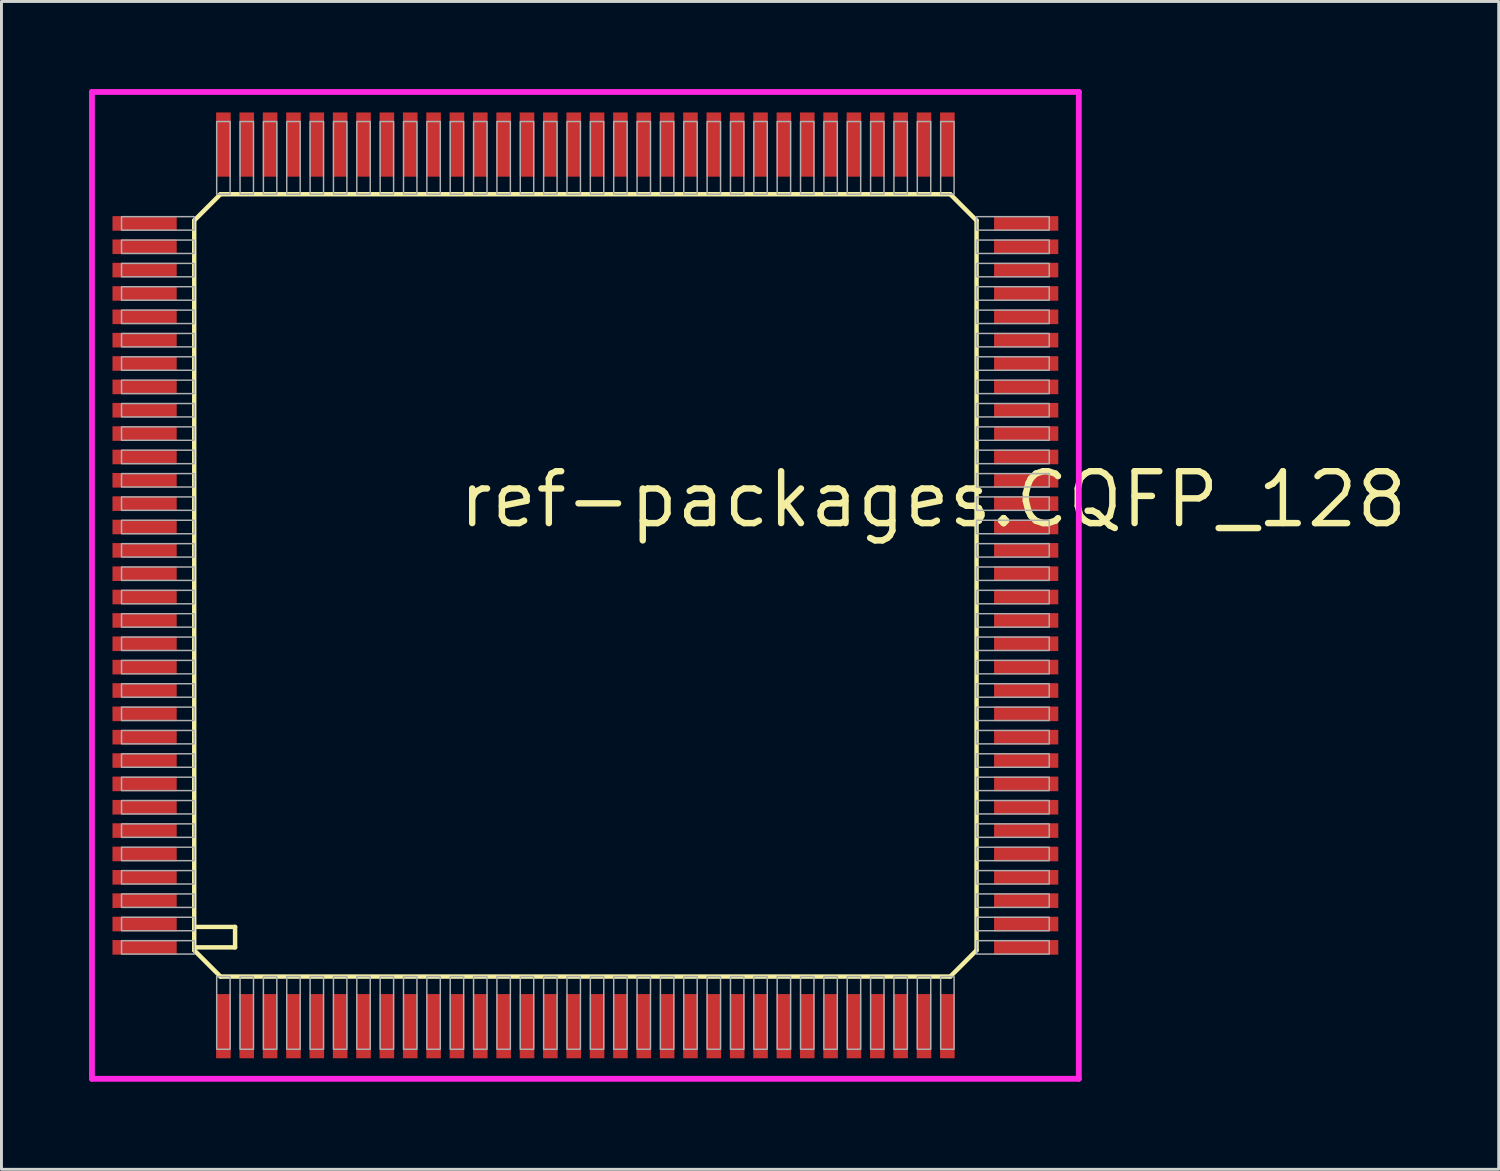
<source format=kicad_pcb>
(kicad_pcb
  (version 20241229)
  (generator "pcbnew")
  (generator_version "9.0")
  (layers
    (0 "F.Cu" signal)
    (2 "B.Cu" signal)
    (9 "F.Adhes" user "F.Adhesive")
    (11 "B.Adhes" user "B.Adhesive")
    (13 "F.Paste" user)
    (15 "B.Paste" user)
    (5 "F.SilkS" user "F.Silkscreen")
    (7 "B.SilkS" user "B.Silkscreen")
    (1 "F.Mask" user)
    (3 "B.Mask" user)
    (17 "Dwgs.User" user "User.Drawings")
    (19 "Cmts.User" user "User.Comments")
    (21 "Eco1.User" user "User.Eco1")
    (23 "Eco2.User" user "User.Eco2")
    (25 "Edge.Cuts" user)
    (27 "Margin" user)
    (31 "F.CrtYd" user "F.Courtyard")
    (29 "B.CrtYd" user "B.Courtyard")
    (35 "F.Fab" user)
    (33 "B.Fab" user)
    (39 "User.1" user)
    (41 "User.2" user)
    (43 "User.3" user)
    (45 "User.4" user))
  (footprint "ref-packages.CQFP_128"
    (layer "F.Cu")
    (at 17.003 17.003)
    (property "Reference" "ref-packages.CQFP_128" (at -4.445 -1.905 0) (layer "F.SilkS") (effects (font (size 1.778 1.778) (thickness 0.22)) (justify left bottom)))
    (attr smd)
    (fp_line (start -13.4 -12.5) (end -13.4 12.4) (stroke (width 0.152) (type default)) (layer "F.SilkS"))
    (fp_line (start -13.4 -12.5) (end -12.5 -13.4) (stroke (width 0.152) (type default)) (layer "F.SilkS"))
    (fp_line (start -13.4 12.4) (end -13.4 12.5) (stroke (width 0.152) (type default)) (layer "F.SilkS"))
    (fp_line (start -13.4 12.4) (end -12 12.4) (stroke (width 0.152) (type default)) (layer "F.SilkS"))
    (fp_line (start -13.4 12.5) (end -12.5 13.4) (stroke (width 0.152) (type default)) (layer "F.SilkS"))
    (fp_line (start -12.5 13.4) (end 12.5 13.4) (stroke (width 0.152) (type default)) (layer "F.SilkS"))
    (fp_line (start -12 11.7) (end -13.3 11.7) (stroke (width 0.152) (type default)) (layer "F.SilkS"))
    (fp_line (start -12 12.4) (end -12 11.7) (stroke (width 0.152) (type default)) (layer "F.SilkS"))
    (fp_line (start 12.5 -13.4) (end -12.5 -13.4) (stroke (width 0.152) (type default)) (layer "F.SilkS"))
    (fp_line (start 12.5 -13.4) (end 13.4 -12.5) (stroke (width 0.152) (type default)) (layer "F.SilkS"))
    (fp_line (start 12.5 13.4) (end 13.4 12.5) (stroke (width 0.152) (type default)) (layer "F.SilkS"))
    (fp_line (start 13.4 12.5) (end 13.4 -12.5) (stroke (width 0.152) (type default)) (layer "F.SilkS"))
    (fp_line (start -16.903 -16.903) (end 16.903 -16.903) (stroke (width 0.2) (type default)) (layer "F.CrtYd"))
    (fp_line (start -16.903 16.903) (end -16.903 -16.903) (stroke (width 0.2) (type default)) (layer "F.CrtYd"))
    (fp_line (start 16.903 -16.903) (end 16.903 16.903) (stroke (width 0.2) (type default)) (layer "F.CrtYd"))
    (fp_line (start 16.903 16.903) (end -16.903 16.903) (stroke (width 0.2) (type default)) (layer "F.CrtYd"))
    (fp_rect (start -15.89 -12.17) (end -13.4 -12.63) (stroke (width 0.05) (type default)) (fill no) (layer "F.Fab"))
    (fp_rect (start -15.89 -11.37) (end -13.4 -11.83) (stroke (width 0.05) (type default)) (fill no) (layer "F.Fab"))
    (fp_rect (start -15.89 -10.57) (end -13.4 -11.03) (stroke (width 0.05) (type default)) (fill no) (layer "F.Fab"))
    (fp_rect (start -15.89 -9.77) (end -13.4 -10.23) (stroke (width 0.05) (type default)) (fill no) (layer "F.Fab"))
    (fp_rect (start -15.89 -8.97) (end -13.4 -9.43) (stroke (width 0.05) (type default)) (fill no) (layer "F.Fab"))
    (fp_rect (start -15.89 -8.17) (end -13.4 -8.63) (stroke (width 0.05) (type default)) (fill no) (layer "F.Fab"))
    (fp_rect (start -15.89 -7.37) (end -13.4 -7.83) (stroke (width 0.05) (type default)) (fill no) (layer "F.Fab"))
    (fp_rect (start -15.89 -6.57) (end -13.4 -7.03) (stroke (width 0.05) (type default)) (fill no) (layer "F.Fab"))
    (fp_rect (start -15.89 -5.77) (end -13.4 -6.23) (stroke (width 0.05) (type default)) (fill no) (layer "F.Fab"))
    (fp_rect (start -15.89 -4.97) (end -13.4 -5.43) (stroke (width 0.05) (type default)) (fill no) (layer "F.Fab"))
    (fp_rect (start -15.89 -4.17) (end -13.4 -4.63) (stroke (width 0.05) (type default)) (fill no) (layer "F.Fab"))
    (fp_rect (start -15.89 -3.37) (end -13.4 -3.83) (stroke (width 0.05) (type default)) (fill no) (layer "F.Fab"))
    (fp_rect (start -15.89 -2.57) (end -13.4 -3.03) (stroke (width 0.05) (type default)) (fill no) (layer "F.Fab"))
    (fp_rect (start -15.89 -1.77) (end -13.4 -2.23) (stroke (width 0.05) (type default)) (fill no) (layer "F.Fab"))
    (fp_rect (start -15.89 -0.97) (end -13.4 -1.43) (stroke (width 0.05) (type default)) (fill no) (layer "F.Fab"))
    (fp_rect (start -15.89 -0.17) (end -13.4 -0.63) (stroke (width 0.05) (type default)) (fill no) (layer "F.Fab"))
    (fp_rect (start -15.89 0.63) (end -13.4 0.17) (stroke (width 0.05) (type default)) (fill no) (layer "F.Fab"))
    (fp_rect (start -15.89 1.43) (end -13.4 0.97) (stroke (width 0.05) (type default)) (fill no) (layer "F.Fab"))
    (fp_rect (start -15.89 2.23) (end -13.4 1.77) (stroke (width 0.05) (type default)) (fill no) (layer "F.Fab"))
    (fp_rect (start -15.89 3.03) (end -13.4 2.57) (stroke (width 0.05) (type default)) (fill no) (layer "F.Fab"))
    (fp_rect (start -15.89 3.83) (end -13.4 3.37) (stroke (width 0.05) (type default)) (fill no) (layer "F.Fab"))
    (fp_rect (start -15.89 4.63) (end -13.4 4.17) (stroke (width 0.05) (type default)) (fill no) (layer "F.Fab"))
    (fp_rect (start -15.89 5.43) (end -13.4 4.97) (stroke (width 0.05) (type default)) (fill no) (layer "F.Fab"))
    (fp_rect (start -15.89 6.23) (end -13.4 5.77) (stroke (width 0.05) (type default)) (fill no) (layer "F.Fab"))
    (fp_rect (start -15.89 7.03) (end -13.4 6.57) (stroke (width 0.05) (type default)) (fill no) (layer "F.Fab"))
    (fp_rect (start -15.89 7.83) (end -13.4 7.37) (stroke (width 0.05) (type default)) (fill no) (layer "F.Fab"))
    (fp_rect (start -15.89 8.63) (end -13.4 8.17) (stroke (width 0.05) (type default)) (fill no) (layer "F.Fab"))
    (fp_rect (start -15.89 9.43) (end -13.4 8.97) (stroke (width 0.05) (type default)) (fill no) (layer "F.Fab"))
    (fp_rect (start -15.89 10.23) (end -13.4 9.77) (stroke (width 0.05) (type default)) (fill no) (layer "F.Fab"))
    (fp_rect (start -15.89 11.03) (end -13.4 10.57) (stroke (width 0.05) (type default)) (fill no) (layer "F.Fab"))
    (fp_rect (start -15.89 11.83) (end -13.4 11.37) (stroke (width 0.05) (type default)) (fill no) (layer "F.Fab"))
    (fp_rect (start -15.89 12.63) (end -13.4 12.17) (stroke (width 0.05) (type default)) (fill no) (layer "F.Fab"))
    (fp_rect (start -12.63 -13.4) (end -12.17 -15.89) (stroke (width 0.05) (type default)) (fill no) (layer "F.Fab"))
    (fp_rect (start -12.63 15.89) (end -12.17 13.4) (stroke (width 0.05) (type default)) (fill no) (layer "F.Fab"))
    (fp_rect (start -11.83 -13.4) (end -11.37 -15.89) (stroke (width 0.05) (type default)) (fill no) (layer "F.Fab"))
    (fp_rect (start -11.83 15.89) (end -11.37 13.4) (stroke (width 0.05) (type default)) (fill no) (layer "F.Fab"))
    (fp_rect (start -11.03 -13.4) (end -10.57 -15.89) (stroke (width 0.05) (type default)) (fill no) (layer "F.Fab"))
    (fp_rect (start -11.03 15.89) (end -10.57 13.4) (stroke (width 0.05) (type default)) (fill no) (layer "F.Fab"))
    (fp_rect (start -10.23 -13.4) (end -9.77 -15.89) (stroke (width 0.05) (type default)) (fill no) (layer "F.Fab"))
    (fp_rect (start -10.23 15.89) (end -9.77 13.4) (stroke (width 0.05) (type default)) (fill no) (layer "F.Fab"))
    (fp_rect (start -9.43 -13.4) (end -8.97 -15.89) (stroke (width 0.05) (type default)) (fill no) (layer "F.Fab"))
    (fp_rect (start -9.43 15.89) (end -8.97 13.4) (stroke (width 0.05) (type default)) (fill no) (layer "F.Fab"))
    (fp_rect (start -8.63 -13.4) (end -8.17 -15.89) (stroke (width 0.05) (type default)) (fill no) (layer "F.Fab"))
    (fp_rect (start -8.63 15.89) (end -8.17 13.4) (stroke (width 0.05) (type default)) (fill no) (layer "F.Fab"))
    (fp_rect (start -7.83 -13.4) (end -7.37 -15.89) (stroke (width 0.05) (type default)) (fill no) (layer "F.Fab"))
    (fp_rect (start -7.83 15.89) (end -7.37 13.4) (stroke (width 0.05) (type default)) (fill no) (layer "F.Fab"))
    (fp_rect (start -7.03 -13.4) (end -6.57 -15.89) (stroke (width 0.05) (type default)) (fill no) (layer "F.Fab"))
    (fp_rect (start -7.03 15.89) (end -6.57 13.4) (stroke (width 0.05) (type default)) (fill no) (layer "F.Fab"))
    (fp_rect (start -6.23 -13.4) (end -5.77 -15.89) (stroke (width 0.05) (type default)) (fill no) (layer "F.Fab"))
    (fp_rect (start -6.23 15.89) (end -5.77 13.4) (stroke (width 0.05) (type default)) (fill no) (layer "F.Fab"))
    (fp_rect (start -5.43 -13.4) (end -4.97 -15.89) (stroke (width 0.05) (type default)) (fill no) (layer "F.Fab"))
    (fp_rect (start -5.43 15.89) (end -4.97 13.4) (stroke (width 0.05) (type default)) (fill no) (layer "F.Fab"))
    (fp_rect (start -4.63 -13.4) (end -4.17 -15.89) (stroke (width 0.05) (type default)) (fill no) (layer "F.Fab"))
    (fp_rect (start -4.63 15.89) (end -4.17 13.4) (stroke (width 0.05) (type default)) (fill no) (layer "F.Fab"))
    (fp_rect (start -3.83 -13.4) (end -3.37 -15.89) (stroke (width 0.05) (type default)) (fill no) (layer "F.Fab"))
    (fp_rect (start -3.83 15.89) (end -3.37 13.4) (stroke (width 0.05) (type default)) (fill no) (layer "F.Fab"))
    (fp_rect (start -3.03 -13.4) (end -2.57 -15.89) (stroke (width 0.05) (type default)) (fill no) (layer "F.Fab"))
    (fp_rect (start -3.03 15.89) (end -2.57 13.4) (stroke (width 0.05) (type default)) (fill no) (layer "F.Fab"))
    (fp_rect (start -2.23 -13.4) (end -1.77 -15.89) (stroke (width 0.05) (type default)) (fill no) (layer "F.Fab"))
    (fp_rect (start -2.23 15.89) (end -1.77 13.4) (stroke (width 0.05) (type default)) (fill no) (layer "F.Fab"))
    (fp_rect (start -1.43 -13.4) (end -0.97 -15.89) (stroke (width 0.05) (type default)) (fill no) (layer "F.Fab"))
    (fp_rect (start -1.43 15.89) (end -0.97 13.4) (stroke (width 0.05) (type default)) (fill no) (layer "F.Fab"))
    (fp_rect (start -0.63 -13.4) (end -0.17 -15.89) (stroke (width 0.05) (type default)) (fill no) (layer "F.Fab"))
    (fp_rect (start -0.63 15.89) (end -0.17 13.4) (stroke (width 0.05) (type default)) (fill no) (layer "F.Fab"))
    (fp_rect (start 0.17 -13.4) (end 0.63 -15.89) (stroke (width 0.05) (type default)) (fill no) (layer "F.Fab"))
    (fp_rect (start 0.17 15.89) (end 0.63 13.4) (stroke (width 0.05) (type default)) (fill no) (layer "F.Fab"))
    (fp_rect (start 0.97 -13.4) (end 1.43 -15.89) (stroke (width 0.05) (type default)) (fill no) (layer "F.Fab"))
    (fp_rect (start 0.97 15.89) (end 1.43 13.4) (stroke (width 0.05) (type default)) (fill no) (layer "F.Fab"))
    (fp_rect (start 1.77 -13.4) (end 2.23 -15.89) (stroke (width 0.05) (type default)) (fill no) (layer "F.Fab"))
    (fp_rect (start 1.77 15.89) (end 2.23 13.4) (stroke (width 0.05) (type default)) (fill no) (layer "F.Fab"))
    (fp_rect (start 2.57 -13.4) (end 3.03 -15.89) (stroke (width 0.05) (type default)) (fill no) (layer "F.Fab"))
    (fp_rect (start 2.57 15.89) (end 3.03 13.4) (stroke (width 0.05) (type default)) (fill no) (layer "F.Fab"))
    (fp_rect (start 3.37 -13.4) (end 3.83 -15.89) (stroke (width 0.05) (type default)) (fill no) (layer "F.Fab"))
    (fp_rect (start 3.37 15.89) (end 3.83 13.4) (stroke (width 0.05) (type default)) (fill no) (layer "F.Fab"))
    (fp_rect (start 4.17 -13.4) (end 4.63 -15.89) (stroke (width 0.05) (type default)) (fill no) (layer "F.Fab"))
    (fp_rect (start 4.17 15.89) (end 4.63 13.4) (stroke (width 0.05) (type default)) (fill no) (layer "F.Fab"))
    (fp_rect (start 4.97 -13.4) (end 5.43 -15.89) (stroke (width 0.05) (type default)) (fill no) (layer "F.Fab"))
    (fp_rect (start 4.97 15.89) (end 5.43 13.4) (stroke (width 0.05) (type default)) (fill no) (layer "F.Fab"))
    (fp_rect (start 5.77 -13.4) (end 6.23 -15.89) (stroke (width 0.05) (type default)) (fill no) (layer "F.Fab"))
    (fp_rect (start 5.77 15.89) (end 6.23 13.4) (stroke (width 0.05) (type default)) (fill no) (layer "F.Fab"))
    (fp_rect (start 6.57 -13.4) (end 7.03 -15.89) (stroke (width 0.05) (type default)) (fill no) (layer "F.Fab"))
    (fp_rect (start 6.57 15.89) (end 7.03 13.4) (stroke (width 0.05) (type default)) (fill no) (layer "F.Fab"))
    (fp_rect (start 7.37 -13.4) (end 7.83 -15.89) (stroke (width 0.05) (type default)) (fill no) (layer "F.Fab"))
    (fp_rect (start 7.37 15.89) (end 7.83 13.4) (stroke (width 0.05) (type default)) (fill no) (layer "F.Fab"))
    (fp_rect (start 8.17 -13.4) (end 8.63 -15.89) (stroke (width 0.05) (type default)) (fill no) (layer "F.Fab"))
    (fp_rect (start 8.17 15.89) (end 8.63 13.4) (stroke (width 0.05) (type default)) (fill no) (layer "F.Fab"))
    (fp_rect (start 8.97 -13.4) (end 9.43 -15.89) (stroke (width 0.05) (type default)) (fill no) (layer "F.Fab"))
    (fp_rect (start 8.97 15.89) (end 9.43 13.4) (stroke (width 0.05) (type default)) (fill no) (layer "F.Fab"))
    (fp_rect (start 9.77 -13.4) (end 10.23 -15.89) (stroke (width 0.05) (type default)) (fill no) (layer "F.Fab"))
    (fp_rect (start 9.77 15.89) (end 10.23 13.4) (stroke (width 0.05) (type default)) (fill no) (layer "F.Fab"))
    (fp_rect (start 10.57 -13.4) (end 11.03 -15.89) (stroke (width 0.05) (type default)) (fill no) (layer "F.Fab"))
    (fp_rect (start 10.57 15.89) (end 11.03 13.4) (stroke (width 0.05) (type default)) (fill no) (layer "F.Fab"))
    (fp_rect (start 11.37 -13.4) (end 11.83 -15.89) (stroke (width 0.05) (type default)) (fill no) (layer "F.Fab"))
    (fp_rect (start 11.37 15.89) (end 11.83 13.4) (stroke (width 0.05) (type default)) (fill no) (layer "F.Fab"))
    (fp_rect (start 12.17 -13.4) (end 12.63 -15.89) (stroke (width 0.05) (type default)) (fill no) (layer "F.Fab"))
    (fp_rect (start 12.17 15.89) (end 12.63 13.4) (stroke (width 0.05) (type default)) (fill no) (layer "F.Fab"))
    (fp_rect (start 13.4 -12.17) (end 15.89 -12.63) (stroke (width 0.05) (type default)) (fill no) (layer "F.Fab"))
    (fp_rect (start 13.4 -11.37) (end 15.89 -11.83) (stroke (width 0.05) (type default)) (fill no) (layer "F.Fab"))
    (fp_rect (start 13.4 -10.57) (end 15.89 -11.03) (stroke (width 0.05) (type default)) (fill no) (layer "F.Fab"))
    (fp_rect (start 13.4 -9.77) (end 15.89 -10.23) (stroke (width 0.05) (type default)) (fill no) (layer "F.Fab"))
    (fp_rect (start 13.4 -8.97) (end 15.89 -9.43) (stroke (width 0.05) (type default)) (fill no) (layer "F.Fab"))
    (fp_rect (start 13.4 -8.17) (end 15.89 -8.63) (stroke (width 0.05) (type default)) (fill no) (layer "F.Fab"))
    (fp_rect (start 13.4 -7.37) (end 15.89 -7.83) (stroke (width 0.05) (type default)) (fill no) (layer "F.Fab"))
    (fp_rect (start 13.4 -6.57) (end 15.89 -7.03) (stroke (width 0.05) (type default)) (fill no) (layer "F.Fab"))
    (fp_rect (start 13.4 -5.77) (end 15.89 -6.23) (stroke (width 0.05) (type default)) (fill no) (layer "F.Fab"))
    (fp_rect (start 13.4 -4.97) (end 15.89 -5.43) (stroke (width 0.05) (type default)) (fill no) (layer "F.Fab"))
    (fp_rect (start 13.4 -4.17) (end 15.89 -4.63) (stroke (width 0.05) (type default)) (fill no) (layer "F.Fab"))
    (fp_rect (start 13.4 -3.37) (end 15.89 -3.83) (stroke (width 0.05) (type default)) (fill no) (layer "F.Fab"))
    (fp_rect (start 13.4 -2.57) (end 15.89 -3.03) (stroke (width 0.05) (type default)) (fill no) (layer "F.Fab"))
    (fp_rect (start 13.4 -1.77) (end 15.89 -2.23) (stroke (width 0.05) (type default)) (fill no) (layer "F.Fab"))
    (fp_rect (start 13.4 -0.97) (end 15.89 -1.43) (stroke (width 0.05) (type default)) (fill no) (layer "F.Fab"))
    (fp_rect (start 13.4 -0.17) (end 15.89 -0.63) (stroke (width 0.05) (type default)) (fill no) (layer "F.Fab"))
    (fp_rect (start 13.4 0.63) (end 15.89 0.17) (stroke (width 0.05) (type default)) (fill no) (layer "F.Fab"))
    (fp_rect (start 13.4 1.43) (end 15.89 0.97) (stroke (width 0.05) (type default)) (fill no) (layer "F.Fab"))
    (fp_rect (start 13.4 2.23) (end 15.89 1.77) (stroke (width 0.05) (type default)) (fill no) (layer "F.Fab"))
    (fp_rect (start 13.4 3.03) (end 15.89 2.57) (stroke (width 0.05) (type default)) (fill no) (layer "F.Fab"))
    (fp_rect (start 13.4 3.83) (end 15.89 3.37) (stroke (width 0.05) (type default)) (fill no) (layer "F.Fab"))
    (fp_rect (start 13.4 4.63) (end 15.89 4.17) (stroke (width 0.05) (type default)) (fill no) (layer "F.Fab"))
    (fp_rect (start 13.4 5.43) (end 15.89 4.97) (stroke (width 0.05) (type default)) (fill no) (layer "F.Fab"))
    (fp_rect (start 13.4 6.23) (end 15.89 5.77) (stroke (width 0.05) (type default)) (fill no) (layer "F.Fab"))
    (fp_rect (start 13.4 7.03) (end 15.89 6.57) (stroke (width 0.05) (type default)) (fill no) (layer "F.Fab"))
    (fp_rect (start 13.4 7.83) (end 15.89 7.37) (stroke (width 0.05) (type default)) (fill no) (layer "F.Fab"))
    (fp_rect (start 13.4 8.63) (end 15.89 8.17) (stroke (width 0.05) (type default)) (fill no) (layer "F.Fab"))
    (fp_rect (start 13.4 9.43) (end 15.89 8.97) (stroke (width 0.05) (type default)) (fill no) (layer "F.Fab"))
    (fp_rect (start 13.4 10.23) (end 15.89 9.77) (stroke (width 0.05) (type default)) (fill no) (layer "F.Fab"))
    (fp_rect (start 13.4 11.03) (end 15.89 10.57) (stroke (width 0.05) (type default)) (fill no) (layer "F.Fab"))
    (fp_rect (start 13.4 11.83) (end 15.89 11.37) (stroke (width 0.05) (type default)) (fill no) (layer "F.Fab"))
    (fp_rect (start 13.4 12.63) (end 15.89 12.17) (stroke (width 0.05) (type default)) (fill no) (layer "F.Fab"))
    (pad "1" smd roundrect (at -12.4 15.1) (size 0.5 2.2) (layers "F.Cu" "F.Mask" "F.Paste") (roundrect_rratio 0.01))
    (pad "2" smd roundrect (at -11.6 15.1) (size 0.5 2.2) (layers "F.Cu" "F.Mask" "F.Paste") (roundrect_rratio 0.01))
    (pad "3" smd roundrect (at -10.8 15.1) (size 0.5 2.2) (layers "F.Cu" "F.Mask" "F.Paste") (roundrect_rratio 0.01))
    (pad "4" smd roundrect (at -10 15.1) (size 0.5 2.2) (layers "F.Cu" "F.Mask" "F.Paste") (roundrect_rratio 0.01))
    (pad "5" smd roundrect (at -9.2 15.1) (size 0.5 2.2) (layers "F.Cu" "F.Mask" "F.Paste") (roundrect_rratio 0.01))
    (pad "6" smd roundrect (at -8.4 15.1) (size 0.5 2.2) (layers "F.Cu" "F.Mask" "F.Paste") (roundrect_rratio 0.01))
    (pad "7" smd roundrect (at -7.6 15.1) (size 0.5 2.2) (layers "F.Cu" "F.Mask" "F.Paste") (roundrect_rratio 0.01))
    (pad "8" smd roundrect (at -6.8 15.1) (size 0.5 2.2) (layers "F.Cu" "F.Mask" "F.Paste") (roundrect_rratio 0.01))
    (pad "9" smd roundrect (at -6 15.1) (size 0.5 2.2) (layers "F.Cu" "F.Mask" "F.Paste") (roundrect_rratio 0.01))
    (pad "10" smd roundrect (at -5.2 15.1) (size 0.5 2.2) (layers "F.Cu" "F.Mask" "F.Paste") (roundrect_rratio 0.01))
    (pad "11" smd roundrect (at -4.4 15.1) (size 0.5 2.2) (layers "F.Cu" "F.Mask" "F.Paste") (roundrect_rratio 0.01))
    (pad "12" smd roundrect (at -3.6 15.1) (size 0.5 2.2) (layers "F.Cu" "F.Mask" "F.Paste") (roundrect_rratio 0.01))
    (pad "13" smd roundrect (at -2.8 15.1) (size 0.5 2.2) (layers "F.Cu" "F.Mask" "F.Paste") (roundrect_rratio 0.01))
    (pad "14" smd roundrect (at -2 15.1) (size 0.5 2.2) (layers "F.Cu" "F.Mask" "F.Paste") (roundrect_rratio 0.01))
    (pad "15" smd roundrect (at -1.2 15.1) (size 0.5 2.2) (layers "F.Cu" "F.Mask" "F.Paste") (roundrect_rratio 0.01))
    (pad "16" smd roundrect (at -0.4 15.1) (size 0.5 2.2) (layers "F.Cu" "F.Mask" "F.Paste") (roundrect_rratio 0.01))
    (pad "17" smd roundrect (at 0.4 15.1) (size 0.5 2.2) (layers "F.Cu" "F.Mask" "F.Paste") (roundrect_rratio 0.01))
    (pad "18" smd roundrect (at 1.2 15.1) (size 0.5 2.2) (layers "F.Cu" "F.Mask" "F.Paste") (roundrect_rratio 0.01))
    (pad "19" smd roundrect (at 2 15.1) (size 0.5 2.2) (layers "F.Cu" "F.Mask" "F.Paste") (roundrect_rratio 0.01))
    (pad "20" smd roundrect (at 2.8 15.1) (size 0.5 2.2) (layers "F.Cu" "F.Mask" "F.Paste") (roundrect_rratio 0.01))
    (pad "21" smd roundrect (at 3.6 15.1) (size 0.5 2.2) (layers "F.Cu" "F.Mask" "F.Paste") (roundrect_rratio 0.01))
    (pad "22" smd roundrect (at 4.4 15.1) (size 0.5 2.2) (layers "F.Cu" "F.Mask" "F.Paste") (roundrect_rratio 0.01))
    (pad "23" smd roundrect (at 5.2 15.1) (size 0.5 2.2) (layers "F.Cu" "F.Mask" "F.Paste") (roundrect_rratio 0.01))
    (pad "24" smd roundrect (at 6 15.1) (size 0.5 2.2) (layers "F.Cu" "F.Mask" "F.Paste") (roundrect_rratio 0.01))
    (pad "25" smd roundrect (at 6.8 15.1) (size 0.5 2.2) (layers "F.Cu" "F.Mask" "F.Paste") (roundrect_rratio 0.01))
    (pad "26" smd roundrect (at 7.6 15.1) (size 0.5 2.2) (layers "F.Cu" "F.Mask" "F.Paste") (roundrect_rratio 0.01))
    (pad "27" smd roundrect (at 8.4 15.1) (size 0.5 2.2) (layers "F.Cu" "F.Mask" "F.Paste") (roundrect_rratio 0.01))
    (pad "28" smd roundrect (at 9.2 15.1) (size 0.5 2.2) (layers "F.Cu" "F.Mask" "F.Paste") (roundrect_rratio 0.01))
    (pad "29" smd roundrect (at 10 15.1) (size 0.5 2.2) (layers "F.Cu" "F.Mask" "F.Paste") (roundrect_rratio 0.01))
    (pad "30" smd roundrect (at 10.8 15.1) (size 0.5 2.2) (layers "F.Cu" "F.Mask" "F.Paste") (roundrect_rratio 0.01))
    (pad "31" smd roundrect (at 11.6 15.1) (size 0.5 2.2) (layers "F.Cu" "F.Mask" "F.Paste") (roundrect_rratio 0.01))
    (pad "32" smd roundrect (at 12.4 15.1) (size 0.5 2.2) (layers "F.Cu" "F.Mask" "F.Paste") (roundrect_rratio 0.01))
    (pad "33" smd roundrect (at 15.1 12.4) (size 2.2 0.5) (layers "F.Cu" "F.Mask" "F.Paste") (roundrect_rratio 0.01))
    (pad "34" smd roundrect (at 15.1 11.6) (size 2.2 0.5) (layers "F.Cu" "F.Mask" "F.Paste") (roundrect_rratio 0.01))
    (pad "35" smd roundrect (at 15.1 10.8) (size 2.2 0.5) (layers "F.Cu" "F.Mask" "F.Paste") (roundrect_rratio 0.01))
    (pad "36" smd roundrect (at 15.1 10) (size 2.2 0.5) (layers "F.Cu" "F.Mask" "F.Paste") (roundrect_rratio 0.01))
    (pad "37" smd roundrect (at 15.1 9.2) (size 2.2 0.5) (layers "F.Cu" "F.Mask" "F.Paste") (roundrect_rratio 0.01))
    (pad "38" smd roundrect (at 15.1 8.4) (size 2.2 0.5) (layers "F.Cu" "F.Mask" "F.Paste") (roundrect_rratio 0.01))
    (pad "39" smd roundrect (at 15.1 7.6) (size 2.2 0.5) (layers "F.Cu" "F.Mask" "F.Paste") (roundrect_rratio 0.01))
    (pad "40" smd roundrect (at 15.1 6.8) (size 2.2 0.5) (layers "F.Cu" "F.Mask" "F.Paste") (roundrect_rratio 0.01))
    (pad "41" smd roundrect (at 15.1 6) (size 2.2 0.5) (layers "F.Cu" "F.Mask" "F.Paste") (roundrect_rratio 0.01))
    (pad "42" smd roundrect (at 15.1 5.2) (size 2.2 0.5) (layers "F.Cu" "F.Mask" "F.Paste") (roundrect_rratio 0.01))
    (pad "43" smd roundrect (at 15.1 4.4) (size 2.2 0.5) (layers "F.Cu" "F.Mask" "F.Paste") (roundrect_rratio 0.01))
    (pad "44" smd roundrect (at 15.1 3.6) (size 2.2 0.5) (layers "F.Cu" "F.Mask" "F.Paste") (roundrect_rratio 0.01))
    (pad "45" smd roundrect (at 15.1 2.8) (size 2.2 0.5) (layers "F.Cu" "F.Mask" "F.Paste") (roundrect_rratio 0.01))
    (pad "46" smd roundrect (at 15.1 2) (size 2.2 0.5) (layers "F.Cu" "F.Mask" "F.Paste") (roundrect_rratio 0.01))
    (pad "47" smd roundrect (at 15.1 1.2) (size 2.2 0.5) (layers "F.Cu" "F.Mask" "F.Paste") (roundrect_rratio 0.01))
    (pad "48" smd roundrect (at 15.1 0.4) (size 2.2 0.5) (layers "F.Cu" "F.Mask" "F.Paste") (roundrect_rratio 0.01))
    (pad "49" smd roundrect (at 15.1 -0.4) (size 2.2 0.5) (layers "F.Cu" "F.Mask" "F.Paste") (roundrect_rratio 0.01))
    (pad "50" smd roundrect (at 15.1 -1.2) (size 2.2 0.5) (layers "F.Cu" "F.Mask" "F.Paste") (roundrect_rratio 0.01))
    (pad "51" smd roundrect (at 15.1 -2) (size 2.2 0.5) (layers "F.Cu" "F.Mask" "F.Paste") (roundrect_rratio 0.01))
    (pad "52" smd roundrect (at 15.1 -2.8) (size 2.2 0.5) (layers "F.Cu" "F.Mask" "F.Paste") (roundrect_rratio 0.01))
    (pad "53" smd roundrect (at 15.1 -3.6) (size 2.2 0.5) (layers "F.Cu" "F.Mask" "F.Paste") (roundrect_rratio 0.01))
    (pad "54" smd roundrect (at 15.1 -4.4) (size 2.2 0.5) (layers "F.Cu" "F.Mask" "F.Paste") (roundrect_rratio 0.01))
    (pad "55" smd roundrect (at 15.1 -5.2) (size 2.2 0.5) (layers "F.Cu" "F.Mask" "F.Paste") (roundrect_rratio 0.01))
    (pad "56" smd roundrect (at 15.1 -6) (size 2.2 0.5) (layers "F.Cu" "F.Mask" "F.Paste") (roundrect_rratio 0.01))
    (pad "57" smd roundrect (at 15.1 -6.8) (size 2.2 0.5) (layers "F.Cu" "F.Mask" "F.Paste") (roundrect_rratio 0.01))
    (pad "58" smd roundrect (at 15.1 -7.6) (size 2.2 0.5) (layers "F.Cu" "F.Mask" "F.Paste") (roundrect_rratio 0.01))
    (pad "59" smd roundrect (at 15.1 -8.4) (size 2.2 0.5) (layers "F.Cu" "F.Mask" "F.Paste") (roundrect_rratio 0.01))
    (pad "60" smd roundrect (at 15.1 -9.2) (size 2.2 0.5) (layers "F.Cu" "F.Mask" "F.Paste") (roundrect_rratio 0.01))
    (pad "61" smd roundrect (at 15.1 -10) (size 2.2 0.5) (layers "F.Cu" "F.Mask" "F.Paste") (roundrect_rratio 0.01))
    (pad "62" smd roundrect (at 15.1 -10.8) (size 2.2 0.5) (layers "F.Cu" "F.Mask" "F.Paste") (roundrect_rratio 0.01))
    (pad "63" smd roundrect (at 15.1 -11.6) (size 2.2 0.5) (layers "F.Cu" "F.Mask" "F.Paste") (roundrect_rratio 0.01))
    (pad "64" smd roundrect (at 15.1 -12.4) (size 2.2 0.5) (layers "F.Cu" "F.Mask" "F.Paste") (roundrect_rratio 0.01))
    (pad "65" smd roundrect (at 12.4 -15.1) (size 0.5 2.2) (layers "F.Cu" "F.Mask" "F.Paste") (roundrect_rratio 0.01))
    (pad "66" smd roundrect (at 11.6 -15.1) (size 0.5 2.2) (layers "F.Cu" "F.Mask" "F.Paste") (roundrect_rratio 0.01))
    (pad "67" smd roundrect (at 10.8 -15.1) (size 0.5 2.2) (layers "F.Cu" "F.Mask" "F.Paste") (roundrect_rratio 0.01))
    (pad "68" smd roundrect (at 10 -15.1) (size 0.5 2.2) (layers "F.Cu" "F.Mask" "F.Paste") (roundrect_rratio 0.01))
    (pad "69" smd roundrect (at 9.2 -15.1) (size 0.5 2.2) (layers "F.Cu" "F.Mask" "F.Paste") (roundrect_rratio 0.01))
    (pad "70" smd roundrect (at 8.4 -15.1) (size 0.5 2.2) (layers "F.Cu" "F.Mask" "F.Paste") (roundrect_rratio 0.01))
    (pad "71" smd roundrect (at 7.6 -15.1) (size 0.5 2.2) (layers "F.Cu" "F.Mask" "F.Paste") (roundrect_rratio 0.01))
    (pad "72" smd roundrect (at 6.8 -15.1) (size 0.5 2.2) (layers "F.Cu" "F.Mask" "F.Paste") (roundrect_rratio 0.01))
    (pad "73" smd roundrect (at 6 -15.1) (size 0.5 2.2) (layers "F.Cu" "F.Mask" "F.Paste") (roundrect_rratio 0.01))
    (pad "74" smd roundrect (at 5.2 -15.1) (size 0.5 2.2) (layers "F.Cu" "F.Mask" "F.Paste") (roundrect_rratio 0.01))
    (pad "75" smd roundrect (at 4.4 -15.1) (size 0.5 2.2) (layers "F.Cu" "F.Mask" "F.Paste") (roundrect_rratio 0.01))
    (pad "76" smd roundrect (at 3.6 -15.1) (size 0.5 2.2) (layers "F.Cu" "F.Mask" "F.Paste") (roundrect_rratio 0.01))
    (pad "77" smd roundrect (at 2.8 -15.1) (size 0.5 2.2) (layers "F.Cu" "F.Mask" "F.Paste") (roundrect_rratio 0.01))
    (pad "78" smd roundrect (at 2 -15.1) (size 0.5 2.2) (layers "F.Cu" "F.Mask" "F.Paste") (roundrect_rratio 0.01))
    (pad "79" smd roundrect (at 1.2 -15.1) (size 0.5 2.2) (layers "F.Cu" "F.Mask" "F.Paste") (roundrect_rratio 0.01))
    (pad "80" smd roundrect (at 0.4 -15.1) (size 0.5 2.2) (layers "F.Cu" "F.Mask" "F.Paste") (roundrect_rratio 0.01))
    (pad "81" smd roundrect (at -0.4 -15.1) (size 0.5 2.2) (layers "F.Cu" "F.Mask" "F.Paste") (roundrect_rratio 0.01))
    (pad "82" smd roundrect (at -1.2 -15.1) (size 0.5 2.2) (layers "F.Cu" "F.Mask" "F.Paste") (roundrect_rratio 0.01))
    (pad "83" smd roundrect (at -2 -15.1) (size 0.5 2.2) (layers "F.Cu" "F.Mask" "F.Paste") (roundrect_rratio 0.01))
    (pad "84" smd roundrect (at -2.8 -15.1) (size 0.5 2.2) (layers "F.Cu" "F.Mask" "F.Paste") (roundrect_rratio 0.01))
    (pad "85" smd roundrect (at -3.6 -15.1) (size 0.5 2.2) (layers "F.Cu" "F.Mask" "F.Paste") (roundrect_rratio 0.01))
    (pad "86" smd roundrect (at -4.4 -15.1) (size 0.5 2.2) (layers "F.Cu" "F.Mask" "F.Paste") (roundrect_rratio 0.01))
    (pad "87" smd roundrect (at -5.2 -15.1) (size 0.5 2.2) (layers "F.Cu" "F.Mask" "F.Paste") (roundrect_rratio 0.01))
    (pad "88" smd roundrect (at -6 -15.1) (size 0.5 2.2) (layers "F.Cu" "F.Mask" "F.Paste") (roundrect_rratio 0.01))
    (pad "89" smd roundrect (at -6.8 -15.1) (size 0.5 2.2) (layers "F.Cu" "F.Mask" "F.Paste") (roundrect_rratio 0.01))
    (pad "90" smd roundrect (at -7.6 -15.1) (size 0.5 2.2) (layers "F.Cu" "F.Mask" "F.Paste") (roundrect_rratio 0.01))
    (pad "91" smd roundrect (at -8.4 -15.1) (size 0.5 2.2) (layers "F.Cu" "F.Mask" "F.Paste") (roundrect_rratio 0.01))
    (pad "92" smd roundrect (at -9.2 -15.1) (size 0.5 2.2) (layers "F.Cu" "F.Mask" "F.Paste") (roundrect_rratio 0.01))
    (pad "93" smd roundrect (at -10 -15.1) (size 0.5 2.2) (layers "F.Cu" "F.Mask" "F.Paste") (roundrect_rratio 0.01))
    (pad "94" smd roundrect (at -10.8 -15.1) (size 0.5 2.2) (layers "F.Cu" "F.Mask" "F.Paste") (roundrect_rratio 0.01))
    (pad "95" smd roundrect (at -11.6 -15.1) (size 0.5 2.2) (layers "F.Cu" "F.Mask" "F.Paste") (roundrect_rratio 0.01))
    (pad "96" smd roundrect (at -12.4 -15.1) (size 0.5 2.2) (layers "F.Cu" "F.Mask" "F.Paste") (roundrect_rratio 0.01))
    (pad "97" smd roundrect (at -15.1 -12.4) (size 2.2 0.5) (layers "F.Cu" "F.Mask" "F.Paste") (roundrect_rratio 0.01))
    (pad "98" smd roundrect (at -15.1 -11.6) (size 2.2 0.5) (layers "F.Cu" "F.Mask" "F.Paste") (roundrect_rratio 0.01))
    (pad "99" smd roundrect (at -15.1 -10.8) (size 2.2 0.5) (layers "F.Cu" "F.Mask" "F.Paste") (roundrect_rratio 0.01))
    (pad "100" smd roundrect (at -15.1 -10) (size 2.2 0.5) (layers "F.Cu" "F.Mask" "F.Paste") (roundrect_rratio 0.01))
    (pad "101" smd roundrect (at -15.1 -9.2) (size 2.2 0.5) (layers "F.Cu" "F.Mask" "F.Paste") (roundrect_rratio 0.01))
    (pad "102" smd roundrect (at -15.1 -8.4) (size 2.2 0.5) (layers "F.Cu" "F.Mask" "F.Paste") (roundrect_rratio 0.01))
    (pad "103" smd roundrect (at -15.1 -7.6) (size 2.2 0.5) (layers "F.Cu" "F.Mask" "F.Paste") (roundrect_rratio 0.01))
    (pad "104" smd roundrect (at -15.1 -6.8) (size 2.2 0.5) (layers "F.Cu" "F.Mask" "F.Paste") (roundrect_rratio 0.01))
    (pad "105" smd roundrect (at -15.1 -6) (size 2.2 0.5) (layers "F.Cu" "F.Mask" "F.Paste") (roundrect_rratio 0.01))
    (pad "106" smd roundrect (at -15.1 -5.2) (size 2.2 0.5) (layers "F.Cu" "F.Mask" "F.Paste") (roundrect_rratio 0.01))
    (pad "107" smd roundrect (at -15.1 -4.4) (size 2.2 0.5) (layers "F.Cu" "F.Mask" "F.Paste") (roundrect_rratio 0.01))
    (pad "108" smd roundrect (at -15.1 -3.6) (size 2.2 0.5) (layers "F.Cu" "F.Mask" "F.Paste") (roundrect_rratio 0.01))
    (pad "109" smd roundrect (at -15.1 -2.8) (size 2.2 0.5) (layers "F.Cu" "F.Mask" "F.Paste") (roundrect_rratio 0.01))
    (pad "110" smd roundrect (at -15.1 -2) (size 2.2 0.5) (layers "F.Cu" "F.Mask" "F.Paste") (roundrect_rratio 0.01))
    (pad "111" smd roundrect (at -15.1 -1.2) (size 2.2 0.5) (layers "F.Cu" "F.Mask" "F.Paste") (roundrect_rratio 0.01))
    (pad "112" smd roundrect (at -15.1 -0.4) (size 2.2 0.5) (layers "F.Cu" "F.Mask" "F.Paste") (roundrect_rratio 0.01))
    (pad "113" smd roundrect (at -15.1 0.4) (size 2.2 0.5) (layers "F.Cu" "F.Mask" "F.Paste") (roundrect_rratio 0.01))
    (pad "114" smd roundrect (at -15.1 1.2) (size 2.2 0.5) (layers "F.Cu" "F.Mask" "F.Paste") (roundrect_rratio 0.01))
    (pad "115" smd roundrect (at -15.1 2) (size 2.2 0.5) (layers "F.Cu" "F.Mask" "F.Paste") (roundrect_rratio 0.01))
    (pad "116" smd roundrect (at -15.1 2.8) (size 2.2 0.5) (layers "F.Cu" "F.Mask" "F.Paste") (roundrect_rratio 0.01))
    (pad "117" smd roundrect (at -15.1 3.6) (size 2.2 0.5) (layers "F.Cu" "F.Mask" "F.Paste") (roundrect_rratio 0.01))
    (pad "118" smd roundrect (at -15.1 4.4) (size 2.2 0.5) (layers "F.Cu" "F.Mask" "F.Paste") (roundrect_rratio 0.01))
    (pad "119" smd roundrect (at -15.1 5.2) (size 2.2 0.5) (layers "F.Cu" "F.Mask" "F.Paste") (roundrect_rratio 0.01))
    (pad "120" smd roundrect (at -15.1 6) (size 2.2 0.5) (layers "F.Cu" "F.Mask" "F.Paste") (roundrect_rratio 0.01))
    (pad "121" smd roundrect (at -15.1 6.8) (size 2.2 0.5) (layers "F.Cu" "F.Mask" "F.Paste") (roundrect_rratio 0.01))
    (pad "122" smd roundrect (at -15.1 7.6) (size 2.2 0.5) (layers "F.Cu" "F.Mask" "F.Paste") (roundrect_rratio 0.01))
    (pad "123" smd roundrect (at -15.1 8.4) (size 2.2 0.5) (layers "F.Cu" "F.Mask" "F.Paste") (roundrect_rratio 0.01))
    (pad "124" smd roundrect (at -15.1 9.2) (size 2.2 0.5) (layers "F.Cu" "F.Mask" "F.Paste") (roundrect_rratio 0.01))
    (pad "125" smd roundrect (at -15.1 10) (size 2.2 0.5) (layers "F.Cu" "F.Mask" "F.Paste") (roundrect_rratio 0.01))
    (pad "126" smd roundrect (at -15.1 10.8) (size 2.2 0.5) (layers "F.Cu" "F.Mask" "F.Paste") (roundrect_rratio 0.01))
    (pad "127" smd roundrect (at -15.1 11.6) (size 2.2 0.5) (layers "F.Cu" "F.Mask" "F.Paste") (roundrect_rratio 0.01))
    (pad "128" smd roundrect (at -15.1 12.4) (size 2.2 0.5) (layers "F.Cu" "F.Mask" "F.Paste") (roundrect_rratio 0.01)))
  (gr_rect
    (start -3 -3)
    (end 48.29 37.006)
    (stroke (width 0.1) (type default))
    (fill no)
    (layer "Edge.Cuts")))
</source>
